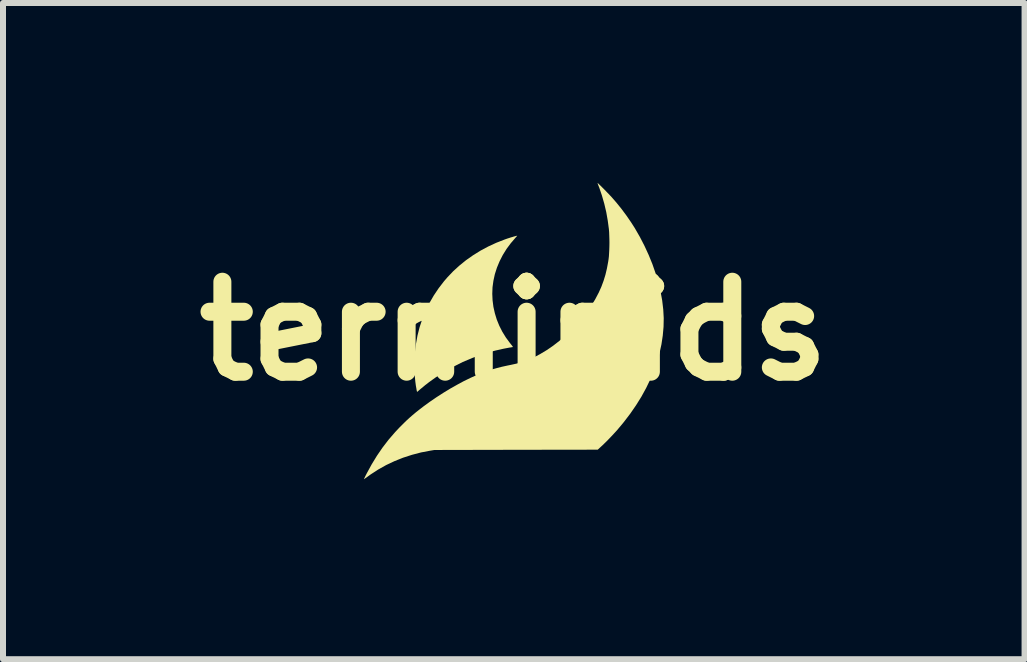
<source format=kicad_pcb>
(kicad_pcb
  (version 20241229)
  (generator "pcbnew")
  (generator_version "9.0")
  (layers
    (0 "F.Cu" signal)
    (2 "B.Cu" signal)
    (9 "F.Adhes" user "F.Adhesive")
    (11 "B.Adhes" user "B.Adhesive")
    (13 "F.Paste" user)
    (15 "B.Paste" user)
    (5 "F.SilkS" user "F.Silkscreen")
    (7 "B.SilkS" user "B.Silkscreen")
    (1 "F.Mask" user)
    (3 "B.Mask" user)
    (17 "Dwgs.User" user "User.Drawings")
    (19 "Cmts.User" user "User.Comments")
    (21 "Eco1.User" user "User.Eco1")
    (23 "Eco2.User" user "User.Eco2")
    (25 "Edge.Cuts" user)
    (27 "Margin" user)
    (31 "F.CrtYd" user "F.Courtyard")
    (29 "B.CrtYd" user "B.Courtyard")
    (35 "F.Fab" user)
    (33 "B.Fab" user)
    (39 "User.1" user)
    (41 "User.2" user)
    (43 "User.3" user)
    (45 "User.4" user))
  (footprint "terminids"
    (layer "F.Cu")
    (at 5.514 2.468)
    (property "Reference" "terminids" (at 0 0 0) (layer "F.SilkS") (effects (font (size 1.5 1.5) (thickness 0.3))))
    (attr board_only exclude_from_pos_files exclude_from_bom)
    (fp_poly (pts (xy 0.055 -1.585) (xy 0.047 -1.575) (xy 0.035 -1.562) (xy 0.029 -1.555) (xy -0.05 -1.463) (xy -0.121 -1.367) (xy -0.183 -1.267) (xy -0.236 -1.163) (xy -0.28 -1.057) (xy -0.315 -0.948) (xy -0.339 -0.838) (xy -0.354 -0.729) (xy -0.358 -0.62) (xy -0.353 -0.512) (xy -0.339 -0.403) (xy -0.315 -0.296) (xy -0.283 -0.191) (xy -0.241 -0.088) (xy -0.191 0.011) (xy -0.132 0.107) (xy -0.065 0.198) (xy -0.044 0.224) (xy -0.028 0.244) (xy -0.018 0.258) (xy -0.015 0.266) (xy -0.016 0.267) (xy -0.025 0.269) (xy -0.039 0.271) (xy -0.048 0.273) (xy -0.071 0.276) (xy -0.102 0.282) (xy -0.139 0.289) (xy -0.18 0.297) (xy -0.222 0.307) (xy -0.263 0.316) (xy -0.303 0.325) (xy -0.338 0.334) (xy -0.352 0.338) (xy -0.522 0.388) (xy -0.688 0.448) (xy -0.849 0.516) (xy -1.005 0.594) (xy -1.156 0.68) (xy -1.304 0.775) (xy -1.414 0.854) (xy -1.443 0.877) (xy -1.476 0.902) (xy -1.507 0.928) (xy -1.535 0.951) (xy -1.551 0.964) (xy -1.572 0.982) (xy -1.589 0.997) (xy -1.602 1.008) (xy -1.61 1.014) (xy -1.612 1.015) (xy -1.613 1.01) (xy -1.616 0.998) (xy -1.62 0.981) (xy -1.621 0.971) (xy -1.632 0.909) (xy -1.641 0.841) (xy -1.648 0.768) (xy -1.653 0.695) (xy -1.654 0.667) (xy -1.656 0.516) (xy -1.649 0.367) (xy -1.631 0.22) (xy -1.605 0.076) (xy -1.569 -0.065) (xy -1.524 -0.202) (xy -1.469 -0.336) (xy -1.406 -0.466) (xy -1.334 -0.591) (xy -1.253 -0.712) (xy -1.163 -0.829) (xy -1.107 -0.894) (xy -1.011 -0.995) (xy -0.907 -1.09) (xy -0.796 -1.18) (xy -0.678 -1.263) (xy -0.554 -1.34) (xy -0.425 -1.409) (xy -0.291 -1.471) (xy -0.153 -1.525) (xy -0.105 -1.542) (xy -0.079 -1.55) (xy -0.052 -1.559) (xy -0.024 -1.567) (xy 0.002 -1.575) (xy 0.025 -1.581) (xy 0.043 -1.586) (xy 0.055 -1.588) (xy 0.058 -1.589)) (stroke (width 0) (type solid)) (fill yes) (layer "F.SilkS"))
    (fp_poly (pts (xy 1.401 -2.466) (xy 1.411 -2.457) (xy 1.426 -2.442) (xy 1.445 -2.424) (xy 1.467 -2.402) (xy 1.491 -2.378) (xy 1.516 -2.353) (xy 1.541 -2.327) (xy 1.565 -2.302) (xy 1.588 -2.279) (xy 1.607 -2.258) (xy 1.622 -2.243) (xy 1.711 -2.141) (xy 1.798 -2.033) (xy 1.881 -1.921) (xy 1.958 -1.809) (xy 2.018 -1.715) (xy 2.102 -1.569) (xy 2.179 -1.42) (xy 2.249 -1.268) (xy 2.311 -1.116) (xy 2.364 -0.963) (xy 2.41 -0.81) (xy 2.447 -0.659) (xy 2.474 -0.511) (xy 2.475 -0.504) (xy 2.492 -0.36) (xy 2.5 -0.215) (xy 2.497 -0.069) (xy 2.484 0.076) (xy 2.462 0.222) (xy 2.43 0.368) (xy 2.389 0.514) (xy 2.338 0.66) (xy 2.277 0.805) (xy 2.207 0.95) (xy 2.128 1.094) (xy 2.039 1.237) (xy 1.941 1.379) (xy 1.834 1.519) (xy 1.739 1.633) (xy 1.706 1.671) (xy 1.668 1.712) (xy 1.628 1.755) (xy 1.587 1.798) (xy 1.546 1.84) (xy 1.508 1.877) (xy 1.474 1.91) (xy 1.466 1.917) (xy 1.4 1.978) (xy 0.039 1.98) (xy -1.323 1.983) (xy -1.389 1.994) (xy -1.546 2.024) (xy -1.698 2.064) (xy -1.846 2.112) (xy -1.988 2.169) (xy -2.126 2.234) (xy -2.258 2.308) (xy -2.386 2.391) (xy -2.441 2.431) (xy -2.46 2.445) (xy -2.478 2.457) (xy -2.49 2.466) (xy -2.497 2.47) (xy -2.497 2.47) (xy -2.496 2.466) (xy -2.491 2.454) (xy -2.482 2.436) (xy -2.471 2.413) (xy -2.457 2.386) (xy -2.451 2.374) (xy -2.368 2.222) (xy -2.28 2.078) (xy -2.186 1.941) (xy -2.086 1.811) (xy -1.978 1.686) (xy -1.905 1.608) (xy -1.847 1.55) (xy -1.793 1.497) (xy -1.741 1.449) (xy -1.687 1.402) (xy -1.631 1.355) (xy -1.57 1.307) (xy -1.508 1.259) (xy -1.401 1.181) (xy -1.29 1.105) (xy -1.177 1.032) (xy -1.062 0.962) (xy -0.947 0.897) (xy -0.834 0.836) (xy -0.723 0.782) (xy -0.615 0.733) (xy -0.517 0.694) (xy -0.439 0.665) (xy -0.361 0.64) (xy -0.28 0.617) (xy -0.194 0.595) (xy -0.102 0.575) (xy -0.043 0.563) (xy 0.043 0.544) (xy 0.124 0.522) (xy 0.202 0.496) (xy 0.279 0.465) (xy 0.358 0.428) (xy 0.44 0.384) (xy 0.445 0.381) (xy 0.552 0.317) (xy 0.658 0.244) (xy 0.761 0.164) (xy 0.862 0.077) (xy 0.959 -0.015) (xy 1.052 -0.113) (xy 1.139 -0.213) (xy 1.219 -0.317) (xy 1.293 -0.423) (xy 1.358 -0.529) (xy 1.414 -0.636) (xy 1.416 -0.639) (xy 1.46 -0.737) (xy 1.497 -0.836) (xy 1.528 -0.937) (xy 1.553 -1.042) (xy 1.574 -1.154) (xy 1.581 -1.2) (xy 1.586 -1.243) (xy 1.589 -1.294) (xy 1.592 -1.35) (xy 1.594 -1.411) (xy 1.595 -1.473) (xy 1.594 -1.534) (xy 1.592 -1.594) (xy 1.59 -1.648) (xy 1.586 -1.697) (xy 1.586 -1.698) (xy 1.567 -1.84) (xy 1.542 -1.982) (xy 1.509 -2.122) (xy 1.47 -2.258) (xy 1.426 -2.388) (xy 1.412 -2.423) (xy 1.405 -2.442) (xy 1.4 -2.457) (xy 1.397 -2.467) (xy 1.397 -2.468)) (stroke (width 0) (type solid)) (fill yes) (layer "F.SilkS")))
  (gr_rect
    (start -3 -3)
    (end 14.029 7.938)
    (stroke (width 0.1) (type default))
    (fill no)
    (layer "Edge.Cuts")))
</source>
